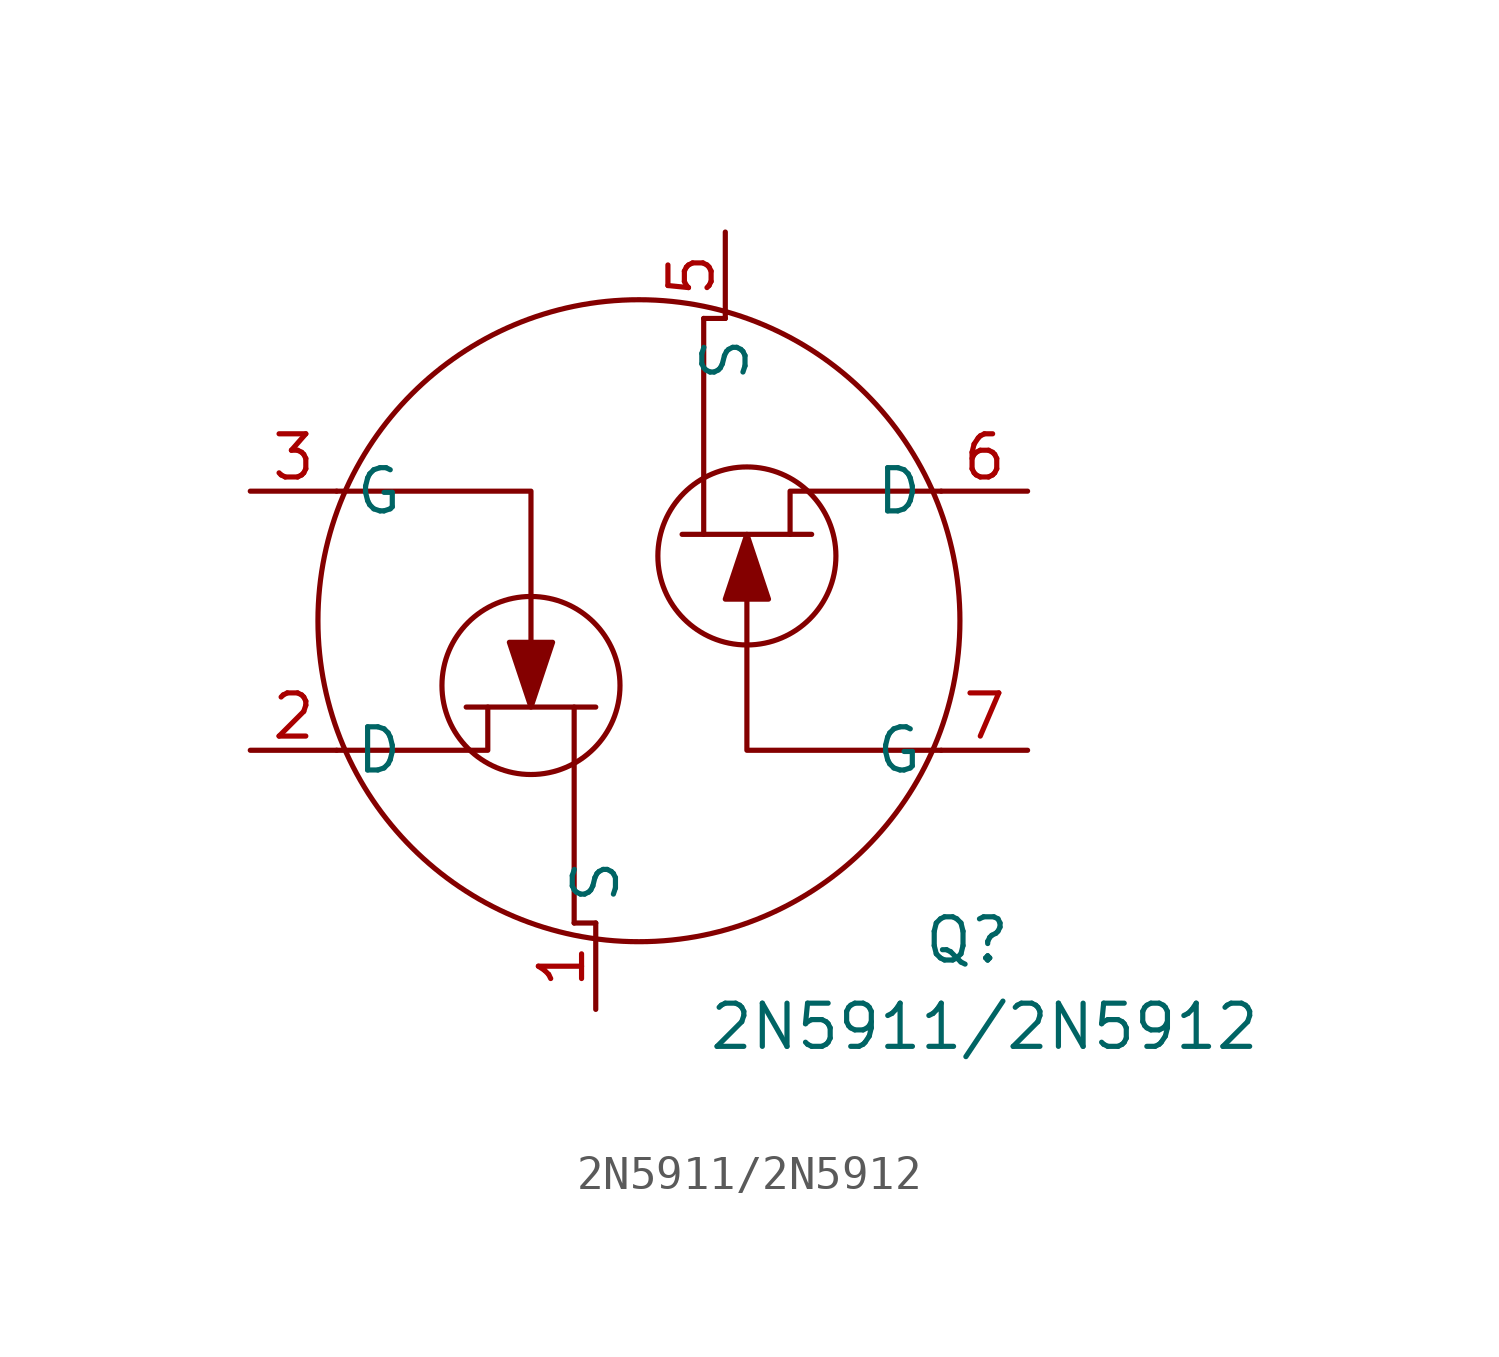
<source format=kicad_sym>
(kicad_symbol_lib
  (version 20241209)
  (generator "kicad_symbol_editor")
  (generator_version "9.0")
  (symbol "2N5911/2N5912"
    (property "Reference" "Q"
      (at 9.652 -9.398 0)
      (effects (font (size 1.27 1.27))))
    (property "Value" "2N5911/2N5912"
      (at 10.16 -11.938 0)
      (effects (font (size 1.27 1.27))))
    (symbol "2N5911/2N5912_0_1"
      (polyline (pts (xy -5.08 -2.54) (xy -1.27 -2.54)) (stroke (width 0) (type default)) (fill (type none)))
      (circle (center 0 0) (radius 9.44) (stroke (width 0) (type default)) (fill (type none)))
      (polyline (pts (xy 1.27 2.54) (xy 5.08 2.54)) (stroke (width 0) (type default)) (fill (type none))))
    (symbol "2N5911/2N5912_1_1"
      (polyline (pts (xy -4.445 -2.54) (xy -4.445 -3.81) (xy -8.89 -3.81)) (stroke (width 0) (type default)) (fill (type none)))
      (polyline (pts (xy -3.175 -0.635) (xy -3.175 3.81) (xy -8.89 3.81)) (stroke (width 0) (type default)) (fill (type none)))
      (circle (center -3.175 -1.905) (radius 2.618) (stroke (width 0) (type default)) (fill (type none)))
      (polyline (pts (xy -3.175 -2.54) (xy -2.54 -0.635) (xy -3.81 -0.635) (xy -3.175 -2.54)) (stroke (width 0) (type solid)) (fill (type outline)))
      (polyline (pts (xy -1.905 -2.54) (xy -1.905 -8.89)) (stroke (width 0) (type default)) (fill (type none)))
      (polyline (pts (xy -1.27 -8.89) (xy -1.905 -8.89)) (stroke (width 0) (type default)) (fill (type none)))
      (polyline (pts (xy 1.905 2.54) (xy 1.905 8.89)) (stroke (width 0) (type default)) (fill (type none)))
      (polyline (pts (xy 2.54 8.89) (xy 1.905 8.89)) (stroke (width 0) (type default)) (fill (type none)))
      (polyline (pts (xy 3.175 2.54) (xy 2.54 0.635) (xy 3.81 0.635) (xy 3.175 2.54)) (stroke (width 0) (type solid)) (fill (type outline)))
      (circle (center 3.175 1.905) (radius 2.618) (stroke (width 0) (type default)) (fill (type none)))
      (polyline (pts (xy 3.175 0.635) (xy 3.175 -3.81) (xy 8.89 -3.81)) (stroke (width 0) (type default)) (fill (type none)))
      (polyline (pts (xy 4.445 2.54) (xy 4.445 3.81) (xy 8.89 3.81)) (stroke (width 0) (type default)) (fill (type none)))
      (pin passive line (at -11.43 3.81 0) (length 2.54) (name "G" (effects (font (size 1.27 1.27)))) (number "3" (effects (font (size 1.27 1.27)))))
      (pin passive line (at -11.43 -3.81 0) (length 2.54) (name "D" (effects (font (size 1.27 1.27)))) (number "2" (effects (font (size 1.27 1.27)))))
      (pin passive line (at -1.27 -11.43 90) (length 2.54) (name "S" (effects (font (size 1.27 1.27)))) (number "1" (effects (font (size 1.27 1.27)))))
      (pin passive line (at 2.54 11.43 270) (length 2.54) (name "S" (effects (font (size 1.27 1.27)))) (number "5" (effects (font (size 1.27 1.27)))))
      (pin passive line (at 11.43 3.81 180) (length 2.54) (name "D" (effects (font (size 1.27 1.27)))) (number "6" (effects (font (size 1.27 1.27)))))
      (pin passive line (at 11.43 -3.81 180) (length 2.54) (name "G" (effects (font (size 1.27 1.27)))) (number "7" (effects (font (size 1.27 1.27))))))))
</source>
